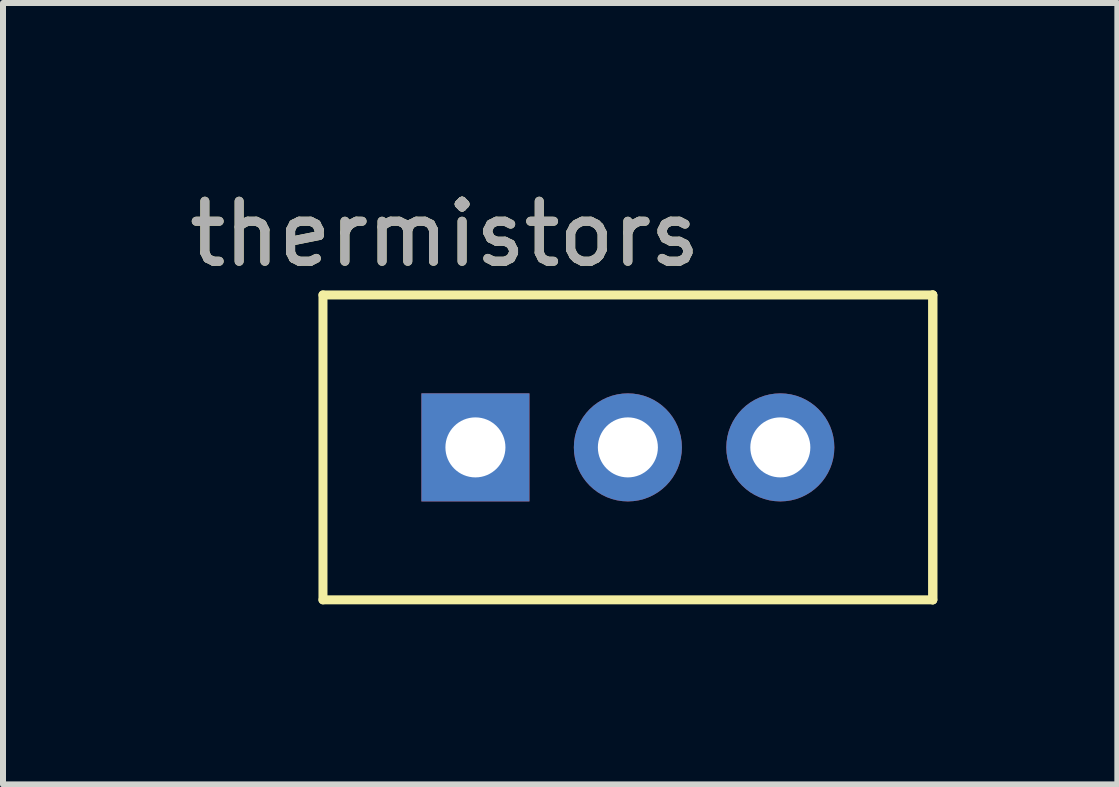
<source format=kicad_pcb>
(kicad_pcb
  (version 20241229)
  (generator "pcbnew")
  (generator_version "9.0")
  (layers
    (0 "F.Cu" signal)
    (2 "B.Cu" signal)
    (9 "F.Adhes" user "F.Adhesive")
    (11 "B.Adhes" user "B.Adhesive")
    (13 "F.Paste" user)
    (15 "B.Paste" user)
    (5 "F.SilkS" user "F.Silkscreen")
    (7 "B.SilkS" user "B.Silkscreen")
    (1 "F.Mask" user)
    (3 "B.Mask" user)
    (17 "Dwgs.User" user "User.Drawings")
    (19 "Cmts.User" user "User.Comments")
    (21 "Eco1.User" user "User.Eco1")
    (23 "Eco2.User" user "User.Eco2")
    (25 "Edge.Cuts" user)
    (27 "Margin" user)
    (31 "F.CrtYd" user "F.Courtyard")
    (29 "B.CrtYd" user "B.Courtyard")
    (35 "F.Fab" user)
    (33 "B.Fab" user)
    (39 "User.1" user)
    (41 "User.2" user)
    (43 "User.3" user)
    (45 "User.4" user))
  (footprint "thermistors"
    (layer "F.Cu")
    (at 4.871 4.404)
    (property "Reference" "thermistors" (at -0.508 -3.556 0) (layer "F.SilkS") (effects (font (size 1 1) (thickness 0.15))))
    (attr through_hole)
    (fp_line (start -2.54 -2.54) (end -2.54 2.54) (stroke (width 0.15) (type solid)) (layer "F.SilkS"))
    (fp_line (start -2.54 2.54) (end 7.62 2.54) (stroke (width 0.15) (type solid)) (layer "F.SilkS"))
    (fp_line (start 7.62 -2.54) (end -2.54 -2.54) (stroke (width 0.15) (type solid)) (layer "F.SilkS"))
    (fp_line (start 7.62 -2.54) (end 7.62 2.54) (stroke (width 0.15) (type solid)) (layer "F.SilkS"))
    (fp_line (start 7.62 2.54) (end 7.62 -2.54) (stroke (width 0.15) (type solid)) (layer "F.SilkS"))
    (fp_text user "${REFERENCE}" (at -0.508 -3.556 0) (layer "F.Fab") (effects (font (size 1 1) (thickness 0.15))))
    (pad "1" thru_hole rect (at 0 0) (size 1.8 1.8) (drill 1) (layers "*.Cu" "*.Mask"))
    (pad "2" thru_hole oval (at 2.54 0) (size 1.8 1.8) (drill 1) (layers "*.Cu" "*.Mask"))
    (pad "3" thru_hole oval (at 5.08 0) (size 1.8 1.8) (drill 1) (layers "*.Cu" "*.Mask")))
  (gr_rect
    (start -3 -3)
    (end 15.566 10.019)
    (stroke (width 0.1) (type default))
    (fill no)
    (layer "Edge.Cuts")))
</source>
